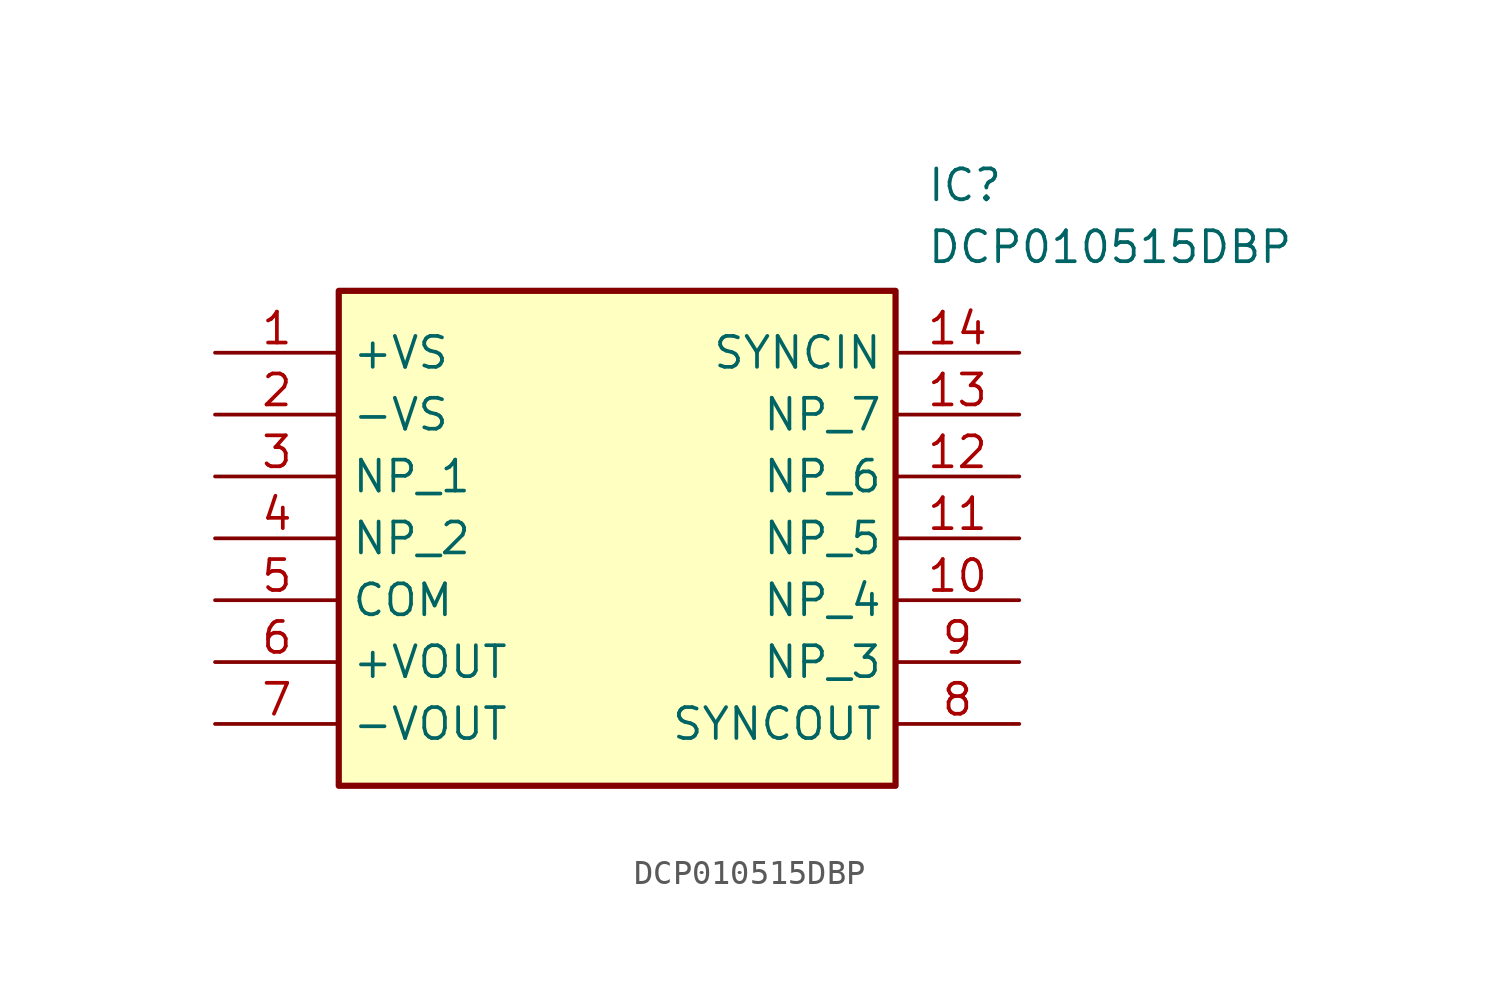
<source format=kicad_sym>
(kicad_symbol_lib
  (version 20211014)
  (generator SamacSys_ECAD_Model)
  (symbol "DCP010515DBP"
    (property "Reference" "IC"
      (at 29.21 7.62 0)
      (effects (font (size 1.27 1.27)) (justify left top)))
    (property "Value" "DCP010515DBP"
      (at 29.21 5.08 0)
      (effects (font (size 1.27 1.27)) (justify left top)))
    (rectangle
      (start 5.08 2.54)
      (end 27.94 -17.78)
      (stroke (width 0.254) (type default))
      (fill (type background)))
    (pin passive line
      (at 0 0 0)
      (length 5.08)
      (name "+VS" (effects (font (size 1.27 1.27))))
      (number "1" (effects (font (size 1.27 1.27)))))
    (pin passive line
      (at 0 -2.54 0)
      (length 5.08)
      (name "-VS" (effects (font (size 1.27 1.27))))
      (number "2" (effects (font (size 1.27 1.27)))))
    (pin passive line
      (at 0 -5.08 0)
      (length 5.08)
      (name "NP_1" (effects (font (size 1.27 1.27))))
      (number "3" (effects (font (size 1.27 1.27)))))
    (pin passive line
      (at 0 -7.62 0)
      (length 5.08)
      (name "NP_2" (effects (font (size 1.27 1.27))))
      (number "4" (effects (font (size 1.27 1.27)))))
    (pin passive line
      (at 0 -10.16 0)
      (length 5.08)
      (name "COM" (effects (font (size 1.27 1.27))))
      (number "5" (effects (font (size 1.27 1.27)))))
    (pin passive line
      (at 0 -12.7 0)
      (length 5.08)
      (name "+VOUT" (effects (font (size 1.27 1.27))))
      (number "6" (effects (font (size 1.27 1.27)))))
    (pin passive line
      (at 0 -15.24 0)
      (length 5.08)
      (name "-VOUT" (effects (font (size 1.27 1.27))))
      (number "7" (effects (font (size 1.27 1.27)))))
    (pin passive line
      (at 33.02 0 180)
      (length 5.08)
      (name "SYNCIN" (effects (font (size 1.27 1.27))))
      (number "14" (effects (font (size 1.27 1.27)))))
    (pin passive line
      (at 33.02 -2.54 180)
      (length 5.08)
      (name "NP_7" (effects (font (size 1.27 1.27))))
      (number "13" (effects (font (size 1.27 1.27)))))
    (pin passive line
      (at 33.02 -5.08 180)
      (length 5.08)
      (name "NP_6" (effects (font (size 1.27 1.27))))
      (number "12" (effects (font (size 1.27 1.27)))))
    (pin passive line
      (at 33.02 -7.62 180)
      (length 5.08)
      (name "NP_5" (effects (font (size 1.27 1.27))))
      (number "11" (effects (font (size 1.27 1.27)))))
    (pin passive line
      (at 33.02 -10.16 180)
      (length 5.08)
      (name "NP_4" (effects (font (size 1.27 1.27))))
      (number "10" (effects (font (size 1.27 1.27)))))
    (pin passive line
      (at 33.02 -12.7 180)
      (length 5.08)
      (name "NP_3" (effects (font (size 1.27 1.27))))
      (number "9" (effects (font (size 1.27 1.27)))))
    (pin passive line
      (at 33.02 -15.24 180)
      (length 5.08)
      (name "SYNCOUT" (effects (font (size 1.27 1.27))))
      (number "8" (effects (font (size 1.27 1.27)))))))
</source>
